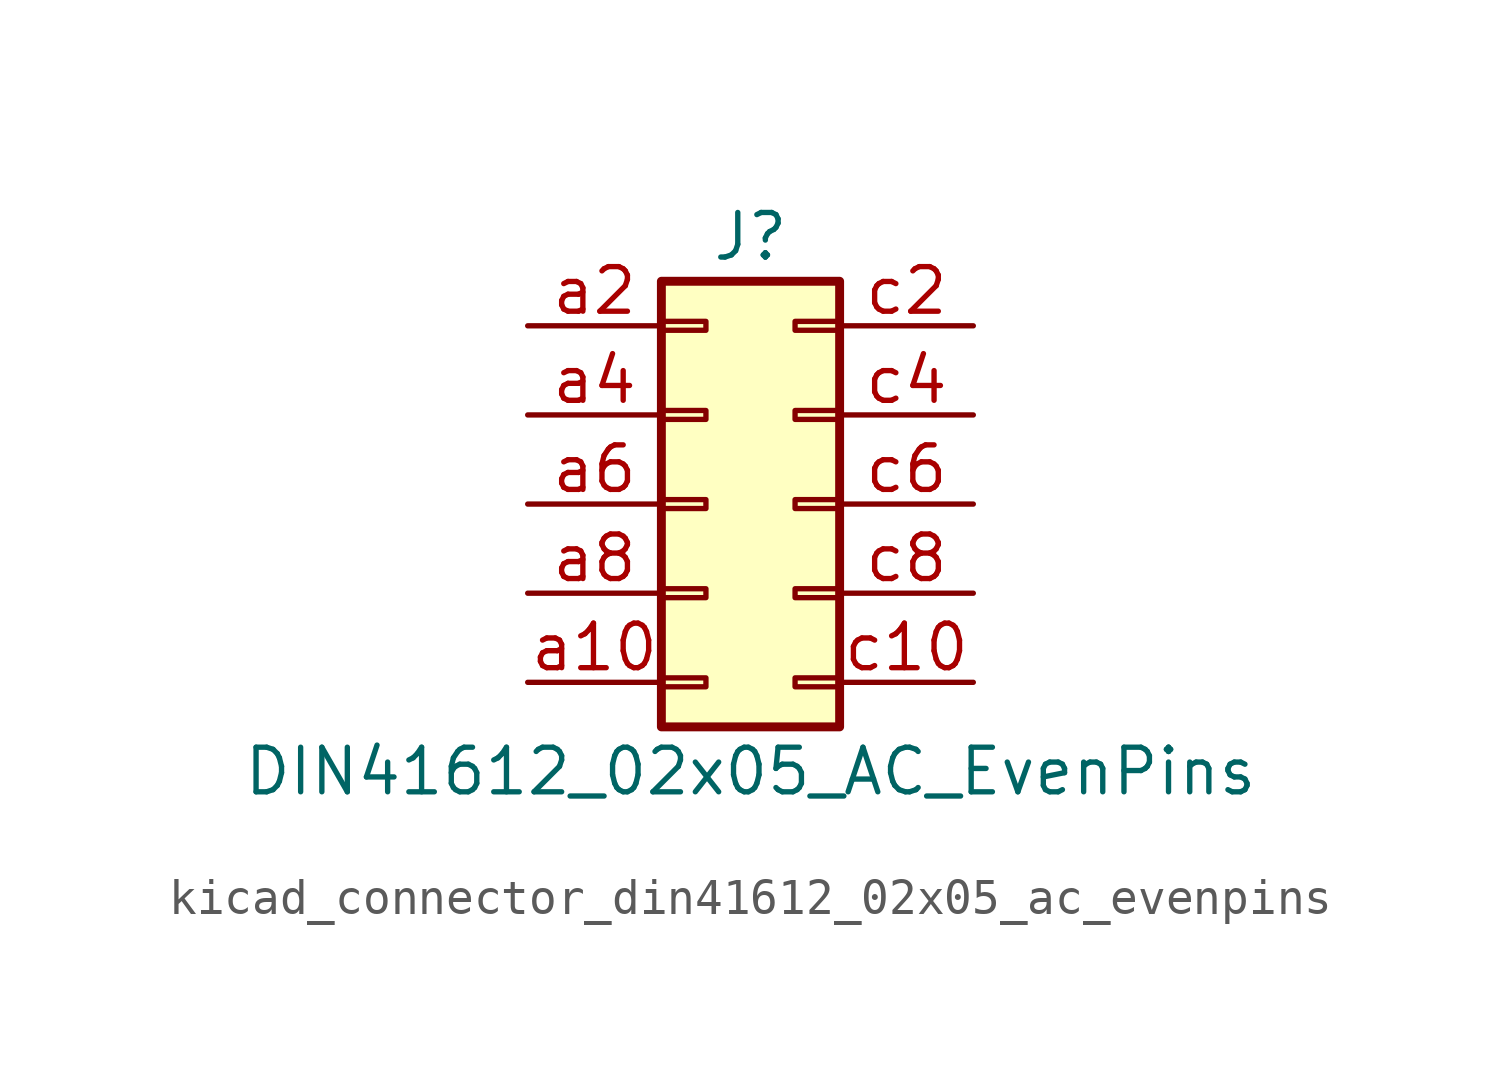
<source format=kicad_sym>
(kicad_symbol_lib
  (version 20220914)
  (generator kicad_symbol_editor)
  (symbol "kicad_connector_din41612_02x05_ac_evenpins"
    (pin_names
      (offset 1.016) hide)
    (property "Reference" "J"
      (at 1.27 7.62 0)
      (effects (font (size 1.27 1.27))))
    (property "Value" "DIN41612_02x05_AC_EvenPins"
      (at 1.27 -7.62 0)
      (effects (font (size 1.27 1.27))))
    (symbol "kicad_connector_din41612_02x05_ac_evenpins_1_1"
      (rectangle (start -1.27 -4.953) (end 0 -5.207) (stroke (width 0.152) (type default)) (fill (type none)))
      (rectangle (start -1.27 -2.413) (end 0 -2.667) (stroke (width 0.152) (type default)) (fill (type none)))
      (rectangle (start -1.27 0.127) (end 0 -0.127) (stroke (width 0.152) (type default)) (fill (type none)))
      (rectangle (start -1.27 2.667) (end 0 2.413) (stroke (width 0.152) (type default)) (fill (type none)))
      (rectangle (start -1.27 5.207) (end 0 4.953) (stroke (width 0.152) (type default)) (fill (type none)))
      (rectangle (start -1.27 6.35) (end 3.81 -6.35) (stroke (width 0.254) (type default)) (fill (type background)))
      (rectangle (start 3.81 -4.953) (end 2.54 -5.207) (stroke (width 0.152) (type default)) (fill (type none)))
      (rectangle (start 3.81 -2.413) (end 2.54 -2.667) (stroke (width 0.152) (type default)) (fill (type none)))
      (rectangle (start 3.81 0.127) (end 2.54 -0.127) (stroke (width 0.152) (type default)) (fill (type none)))
      (rectangle (start 3.81 2.667) (end 2.54 2.413) (stroke (width 0.152) (type default)) (fill (type none)))
      (rectangle (start 3.81 5.207) (end 2.54 4.953) (stroke (width 0.152) (type default)) (fill (type none)))
      (pin passive line (at -5.08 -5.08 0) (length 3.81) (name "Pin_a10" (effects (font (size 1.27 1.27)))) (number "a10" (effects (font (size 1.27 1.27)))))
      (pin passive line (at -5.08 5.08 0) (length 3.81) (name "Pin_a2" (effects (font (size 1.27 1.27)))) (number "a2" (effects (font (size 1.27 1.27)))))
      (pin passive line (at -5.08 2.54 0) (length 3.81) (name "Pin_a4" (effects (font (size 1.27 1.27)))) (number "a4" (effects (font (size 1.27 1.27)))))
      (pin passive line (at -5.08 0 0) (length 3.81) (name "Pin_a6" (effects (font (size 1.27 1.27)))) (number "a6" (effects (font (size 1.27 1.27)))))
      (pin passive line (at -5.08 -2.54 0) (length 3.81) (name "Pin_a8" (effects (font (size 1.27 1.27)))) (number "a8" (effects (font (size 1.27 1.27)))))
      (pin passive line (at 7.62 -5.08 180) (length 3.81) (name "Pin_c10" (effects (font (size 1.27 1.27)))) (number "c10" (effects (font (size 1.27 1.27)))))
      (pin passive line (at 7.62 5.08 180) (length 3.81) (name "Pin_c2" (effects (font (size 1.27 1.27)))) (number "c2" (effects (font (size 1.27 1.27)))))
      (pin passive line (at 7.62 2.54 180) (length 3.81) (name "Pin_c4" (effects (font (size 1.27 1.27)))) (number "c4" (effects (font (size 1.27 1.27)))))
      (pin passive line (at 7.62 0 180) (length 3.81) (name "Pin_c6" (effects (font (size 1.27 1.27)))) (number "c6" (effects (font (size 1.27 1.27)))))
      (pin passive line (at 7.62 -2.54 180) (length 3.81) (name "Pin_c8" (effects (font (size 1.27 1.27)))) (number "c8" (effects (font (size 1.27 1.27))))))))
</source>
